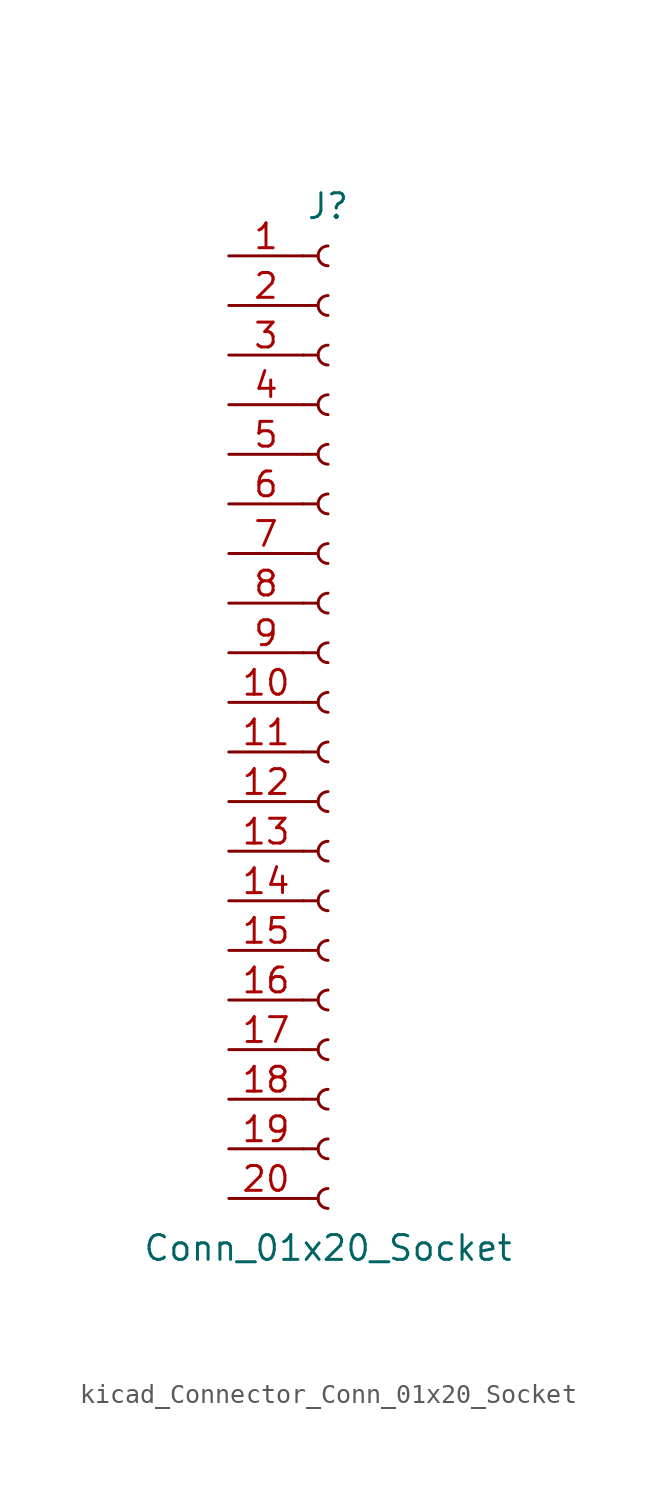
<source format=kicad_sym>
(kicad_symbol_lib
  (version 20220914)
  (generator kicad_symbol_editor)
  (symbol "kicad_Connector_Conn_01x20_Socket"
    (pin_names
      (offset 1.016) hide)
    (property "Reference" "J"
      (at 0 25.4 0)
      (effects (font (size 1.27 1.27))))
    (property "Value" "Conn_01x20_Socket"
      (at 0 -27.94 0)
      (effects (font (size 1.27 1.27))))
    (property "ki_locked" ""
      (at 0 0 0)
      (effects (font (size 1.27 1.27))))
    (symbol "kicad_Connector_Conn_01x20_Socket_1_1"
      (arc (start 0 -24.892) (mid -0.5058 -25.4) (end 0 -25.908) (stroke (width 0.1524) (type default)) (fill (type none)))
      (arc (start 0 -22.352) (mid -0.5058 -22.86) (end 0 -23.368) (stroke (width 0.1524) (type default)) (fill (type none)))
      (arc (start 0 -19.812) (mid -0.5058 -20.32) (end 0 -20.828) (stroke (width 0.1524) (type default)) (fill (type none)))
      (arc (start 0 -17.272) (mid -0.5058 -17.78) (end 0 -18.288) (stroke (width 0.1524) (type default)) (fill (type none)))
      (arc (start 0 -14.732) (mid -0.5058 -15.24) (end 0 -15.748) (stroke (width 0.1524) (type default)) (fill (type none)))
      (arc (start 0 -12.192) (mid -0.5058 -12.7) (end 0 -13.208) (stroke (width 0.1524) (type default)) (fill (type none)))
      (arc (start 0 -9.652) (mid -0.5058 -10.16) (end 0 -10.668) (stroke (width 0.1524) (type default)) (fill (type none)))
      (arc (start 0 -7.112) (mid -0.5058 -7.62) (end 0 -8.128) (stroke (width 0.1524) (type default)) (fill (type none)))
      (arc (start 0 -4.572) (mid -0.5058 -5.08) (end 0 -5.588) (stroke (width 0.1524) (type default)) (fill (type none)))
      (arc (start 0 -2.032) (mid -0.5058 -2.54) (end 0 -3.048) (stroke (width 0.1524) (type default)) (fill (type none)))
      (polyline (pts (xy -1.27 -25.4) (xy -0.508 -25.4)) (stroke (width 0.152) (type default)) (fill (type none)))
      (polyline (pts (xy -1.27 -22.86) (xy -0.508 -22.86)) (stroke (width 0.152) (type default)) (fill (type none)))
      (polyline (pts (xy -1.27 -20.32) (xy -0.508 -20.32)) (stroke (width 0.152) (type default)) (fill (type none)))
      (polyline (pts (xy -1.27 -17.78) (xy -0.508 -17.78)) (stroke (width 0.152) (type default)) (fill (type none)))
      (polyline (pts (xy -1.27 -15.24) (xy -0.508 -15.24)) (stroke (width 0.152) (type default)) (fill (type none)))
      (polyline (pts (xy -1.27 -12.7) (xy -0.508 -12.7)) (stroke (width 0.152) (type default)) (fill (type none)))
      (polyline (pts (xy -1.27 -10.16) (xy -0.508 -10.16)) (stroke (width 0.152) (type default)) (fill (type none)))
      (polyline (pts (xy -1.27 -7.62) (xy -0.508 -7.62)) (stroke (width 0.152) (type default)) (fill (type none)))
      (polyline (pts (xy -1.27 -5.08) (xy -0.508 -5.08)) (stroke (width 0.152) (type default)) (fill (type none)))
      (polyline (pts (xy -1.27 -2.54) (xy -0.508 -2.54)) (stroke (width 0.152) (type default)) (fill (type none)))
      (polyline (pts (xy -1.27 0) (xy -0.508 0)) (stroke (width 0.152) (type default)) (fill (type none)))
      (polyline (pts (xy -1.27 2.54) (xy -0.508 2.54)) (stroke (width 0.152) (type default)) (fill (type none)))
      (polyline (pts (xy -1.27 5.08) (xy -0.508 5.08)) (stroke (width 0.152) (type default)) (fill (type none)))
      (polyline (pts (xy -1.27 7.62) (xy -0.508 7.62)) (stroke (width 0.152) (type default)) (fill (type none)))
      (polyline (pts (xy -1.27 10.16) (xy -0.508 10.16)) (stroke (width 0.152) (type default)) (fill (type none)))
      (polyline (pts (xy -1.27 12.7) (xy -0.508 12.7)) (stroke (width 0.152) (type default)) (fill (type none)))
      (polyline (pts (xy -1.27 15.24) (xy -0.508 15.24)) (stroke (width 0.152) (type default)) (fill (type none)))
      (polyline (pts (xy -1.27 17.78) (xy -0.508 17.78)) (stroke (width 0.152) (type default)) (fill (type none)))
      (polyline (pts (xy -1.27 20.32) (xy -0.508 20.32)) (stroke (width 0.152) (type default)) (fill (type none)))
      (polyline (pts (xy -1.27 22.86) (xy -0.508 22.86)) (stroke (width 0.152) (type default)) (fill (type none)))
      (arc (start 0 0.508) (mid -0.5058 0) (end 0 -0.508) (stroke (width 0.1524) (type default)) (fill (type none)))
      (arc (start 0 3.048) (mid -0.5058 2.54) (end 0 2.032) (stroke (width 0.1524) (type default)) (fill (type none)))
      (arc (start 0 5.588) (mid -0.5058 5.08) (end 0 4.572) (stroke (width 0.1524) (type default)) (fill (type none)))
      (arc (start 0 8.128) (mid -0.5058 7.62) (end 0 7.112) (stroke (width 0.1524) (type default)) (fill (type none)))
      (arc (start 0 10.668) (mid -0.5058 10.16) (end 0 9.652) (stroke (width 0.1524) (type default)) (fill (type none)))
      (arc (start 0 13.208) (mid -0.5058 12.7) (end 0 12.192) (stroke (width 0.1524) (type default)) (fill (type none)))
      (arc (start 0 15.748) (mid -0.5058 15.24) (end 0 14.732) (stroke (width 0.1524) (type default)) (fill (type none)))
      (arc (start 0 18.288) (mid -0.5058 17.78) (end 0 17.272) (stroke (width 0.1524) (type default)) (fill (type none)))
      (arc (start 0 20.828) (mid -0.5058 20.32) (end 0 19.812) (stroke (width 0.1524) (type default)) (fill (type none)))
      (arc (start 0 23.368) (mid -0.5058 22.86) (end 0 22.352) (stroke (width 0.1524) (type default)) (fill (type none)))
      (pin passive line (at -5.08 22.86 0) (length 3.81) (name "Pin_1" (effects (font (size 1.27 1.27)))) (number "1" (effects (font (size 1.27 1.27)))))
      (pin passive line (at -5.08 0 0) (length 3.81) (name "Pin_10" (effects (font (size 1.27 1.27)))) (number "10" (effects (font (size 1.27 1.27)))))
      (pin passive line (at -5.08 -2.54 0) (length 3.81) (name "Pin_11" (effects (font (size 1.27 1.27)))) (number "11" (effects (font (size 1.27 1.27)))))
      (pin passive line (at -5.08 -5.08 0) (length 3.81) (name "Pin_12" (effects (font (size 1.27 1.27)))) (number "12" (effects (font (size 1.27 1.27)))))
      (pin passive line (at -5.08 -7.62 0) (length 3.81) (name "Pin_13" (effects (font (size 1.27 1.27)))) (number "13" (effects (font (size 1.27 1.27)))))
      (pin passive line (at -5.08 -10.16 0) (length 3.81) (name "Pin_14" (effects (font (size 1.27 1.27)))) (number "14" (effects (font (size 1.27 1.27)))))
      (pin passive line (at -5.08 -12.7 0) (length 3.81) (name "Pin_15" (effects (font (size 1.27 1.27)))) (number "15" (effects (font (size 1.27 1.27)))))
      (pin passive line (at -5.08 -15.24 0) (length 3.81) (name "Pin_16" (effects (font (size 1.27 1.27)))) (number "16" (effects (font (size 1.27 1.27)))))
      (pin passive line (at -5.08 -17.78 0) (length 3.81) (name "Pin_17" (effects (font (size 1.27 1.27)))) (number "17" (effects (font (size 1.27 1.27)))))
      (pin passive line (at -5.08 -20.32 0) (length 3.81) (name "Pin_18" (effects (font (size 1.27 1.27)))) (number "18" (effects (font (size 1.27 1.27)))))
      (pin passive line (at -5.08 -22.86 0) (length 3.81) (name "Pin_19" (effects (font (size 1.27 1.27)))) (number "19" (effects (font (size 1.27 1.27)))))
      (pin passive line (at -5.08 20.32 0) (length 3.81) (name "Pin_2" (effects (font (size 1.27 1.27)))) (number "2" (effects (font (size 1.27 1.27)))))
      (pin passive line (at -5.08 -25.4 0) (length 3.81) (name "Pin_20" (effects (font (size 1.27 1.27)))) (number "20" (effects (font (size 1.27 1.27)))))
      (pin passive line (at -5.08 17.78 0) (length 3.81) (name "Pin_3" (effects (font (size 1.27 1.27)))) (number "3" (effects (font (size 1.27 1.27)))))
      (pin passive line (at -5.08 15.24 0) (length 3.81) (name "Pin_4" (effects (font (size 1.27 1.27)))) (number "4" (effects (font (size 1.27 1.27)))))
      (pin passive line (at -5.08 12.7 0) (length 3.81) (name "Pin_5" (effects (font (size 1.27 1.27)))) (number "5" (effects (font (size 1.27 1.27)))))
      (pin passive line (at -5.08 10.16 0) (length 3.81) (name "Pin_6" (effects (font (size 1.27 1.27)))) (number "6" (effects (font (size 1.27 1.27)))))
      (pin passive line (at -5.08 7.62 0) (length 3.81) (name "Pin_7" (effects (font (size 1.27 1.27)))) (number "7" (effects (font (size 1.27 1.27)))))
      (pin passive line (at -5.08 5.08 0) (length 3.81) (name "Pin_8" (effects (font (size 1.27 1.27)))) (number "8" (effects (font (size 1.27 1.27)))))
      (pin passive line (at -5.08 2.54 0) (length 3.81) (name "Pin_9" (effects (font (size 1.27 1.27)))) (number "9" (effects (font (size 1.27 1.27))))))))
</source>
